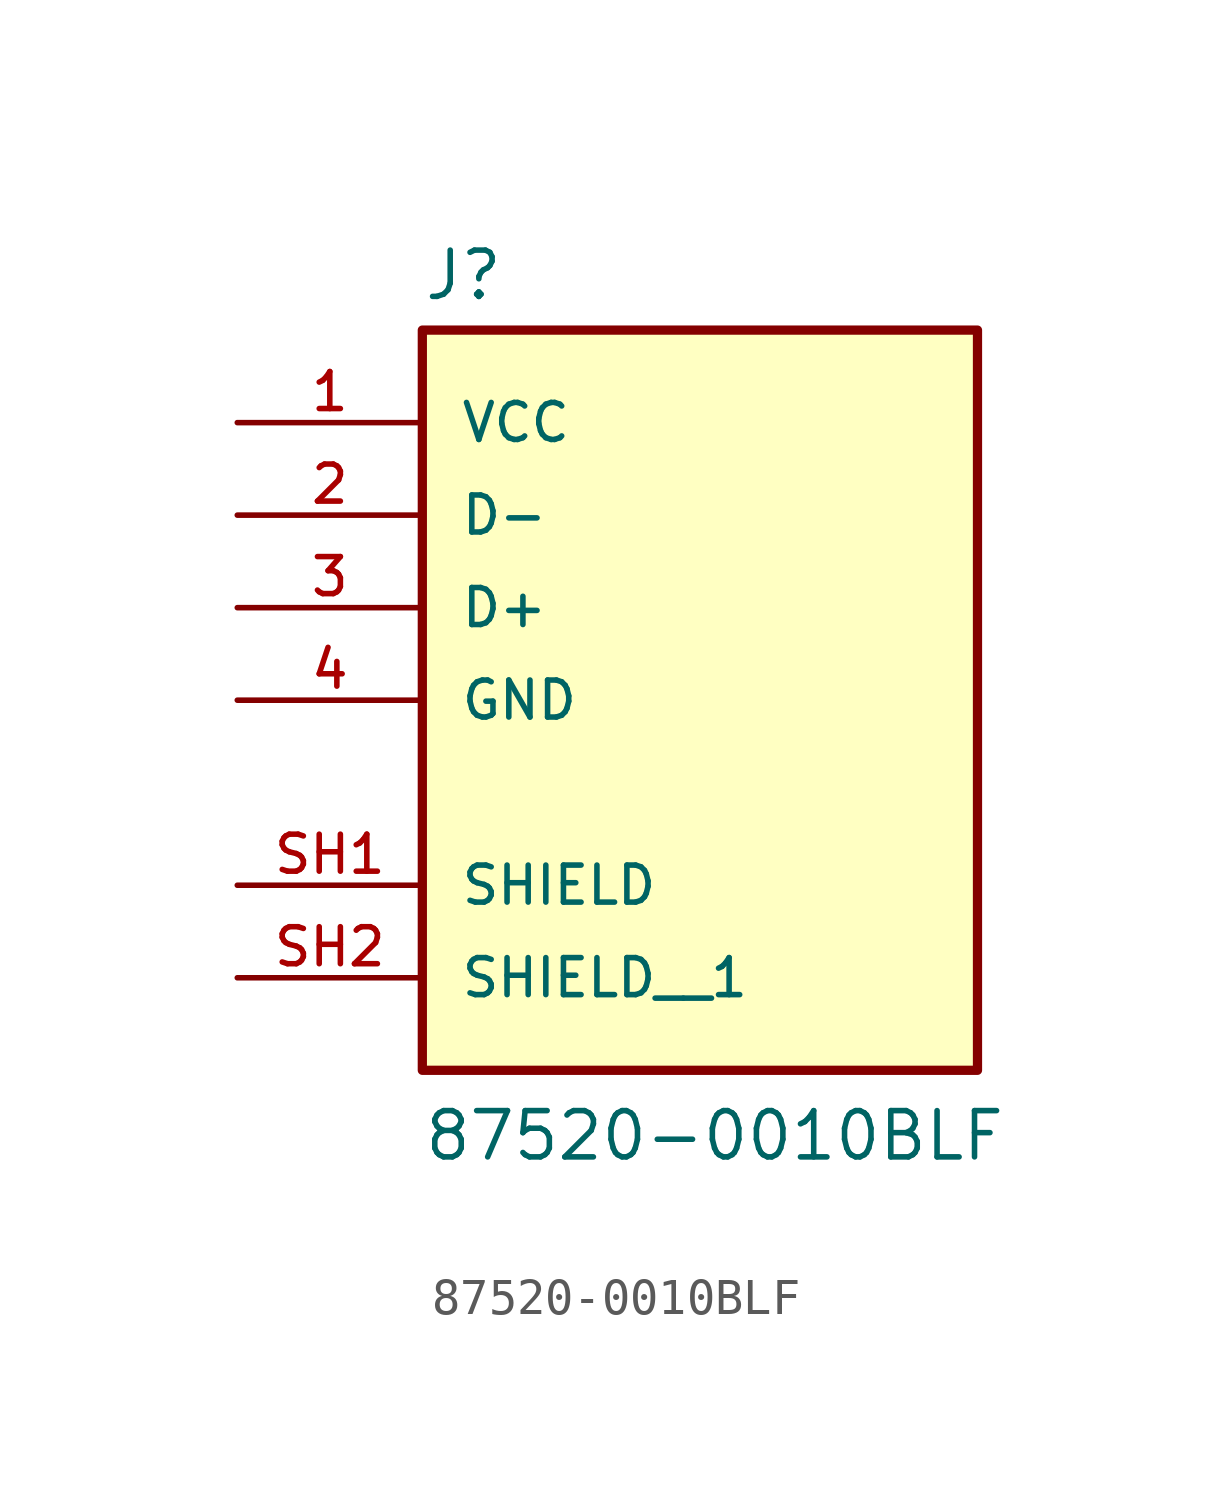
<source format=kicad_sym>
(kicad_symbol_lib
  (version 20211014)
  (generator kicad_symbol_editor)
  (symbol "87520-0010BLF"
    (pin_names
      (offset 1.016))
    (property "Reference" "J"
      (at -7.62 8.382 0)
      (effects (font (size 1.27 1.27)) (justify bottom left)))
    (property "Value" "87520-0010BLF"
      (at -7.62 -15.24 0)
      (effects (font (size 1.27 1.27)) (justify bottom left)))
    (symbol "87520-0010BLF_0_0"
      (rectangle (start -7.62 -12.7) (end 7.62 7.62) (stroke (width 0.254)) (fill (type background)))
      (pin power_in line (at -12.7 5.08 0) (length 5.08) (name "VCC" (effects (font (size 1.016 1.016)))) (number "1" (effects (font (size 1.016 1.016)))))
      (pin bidirectional line (at -12.7 2.54 0) (length 5.08) (name "D-" (effects (font (size 1.016 1.016)))) (number "2" (effects (font (size 1.016 1.016)))))
      (pin bidirectional line (at -12.7 0.0 0) (length 5.08) (name "D+" (effects (font (size 1.016 1.016)))) (number "3" (effects (font (size 1.016 1.016)))))
      (pin power_in line (at -12.7 -2.54 0) (length 5.08) (name "GND" (effects (font (size 1.016 1.016)))) (number "4" (effects (font (size 1.016 1.016)))))
      (pin passive line (at -12.7 -7.62 0) (length 5.08) (name "SHIELD" (effects (font (size 1.016 1.016)))) (number "SH1" (effects (font (size 1.016 1.016)))))
      (pin passive line (at -12.7 -10.16 0) (length 5.08) (name "SHIELD__1" (effects (font (size 1.016 1.016)))) (number "SH2" (effects (font (size 1.016 1.016))))))))
</source>
